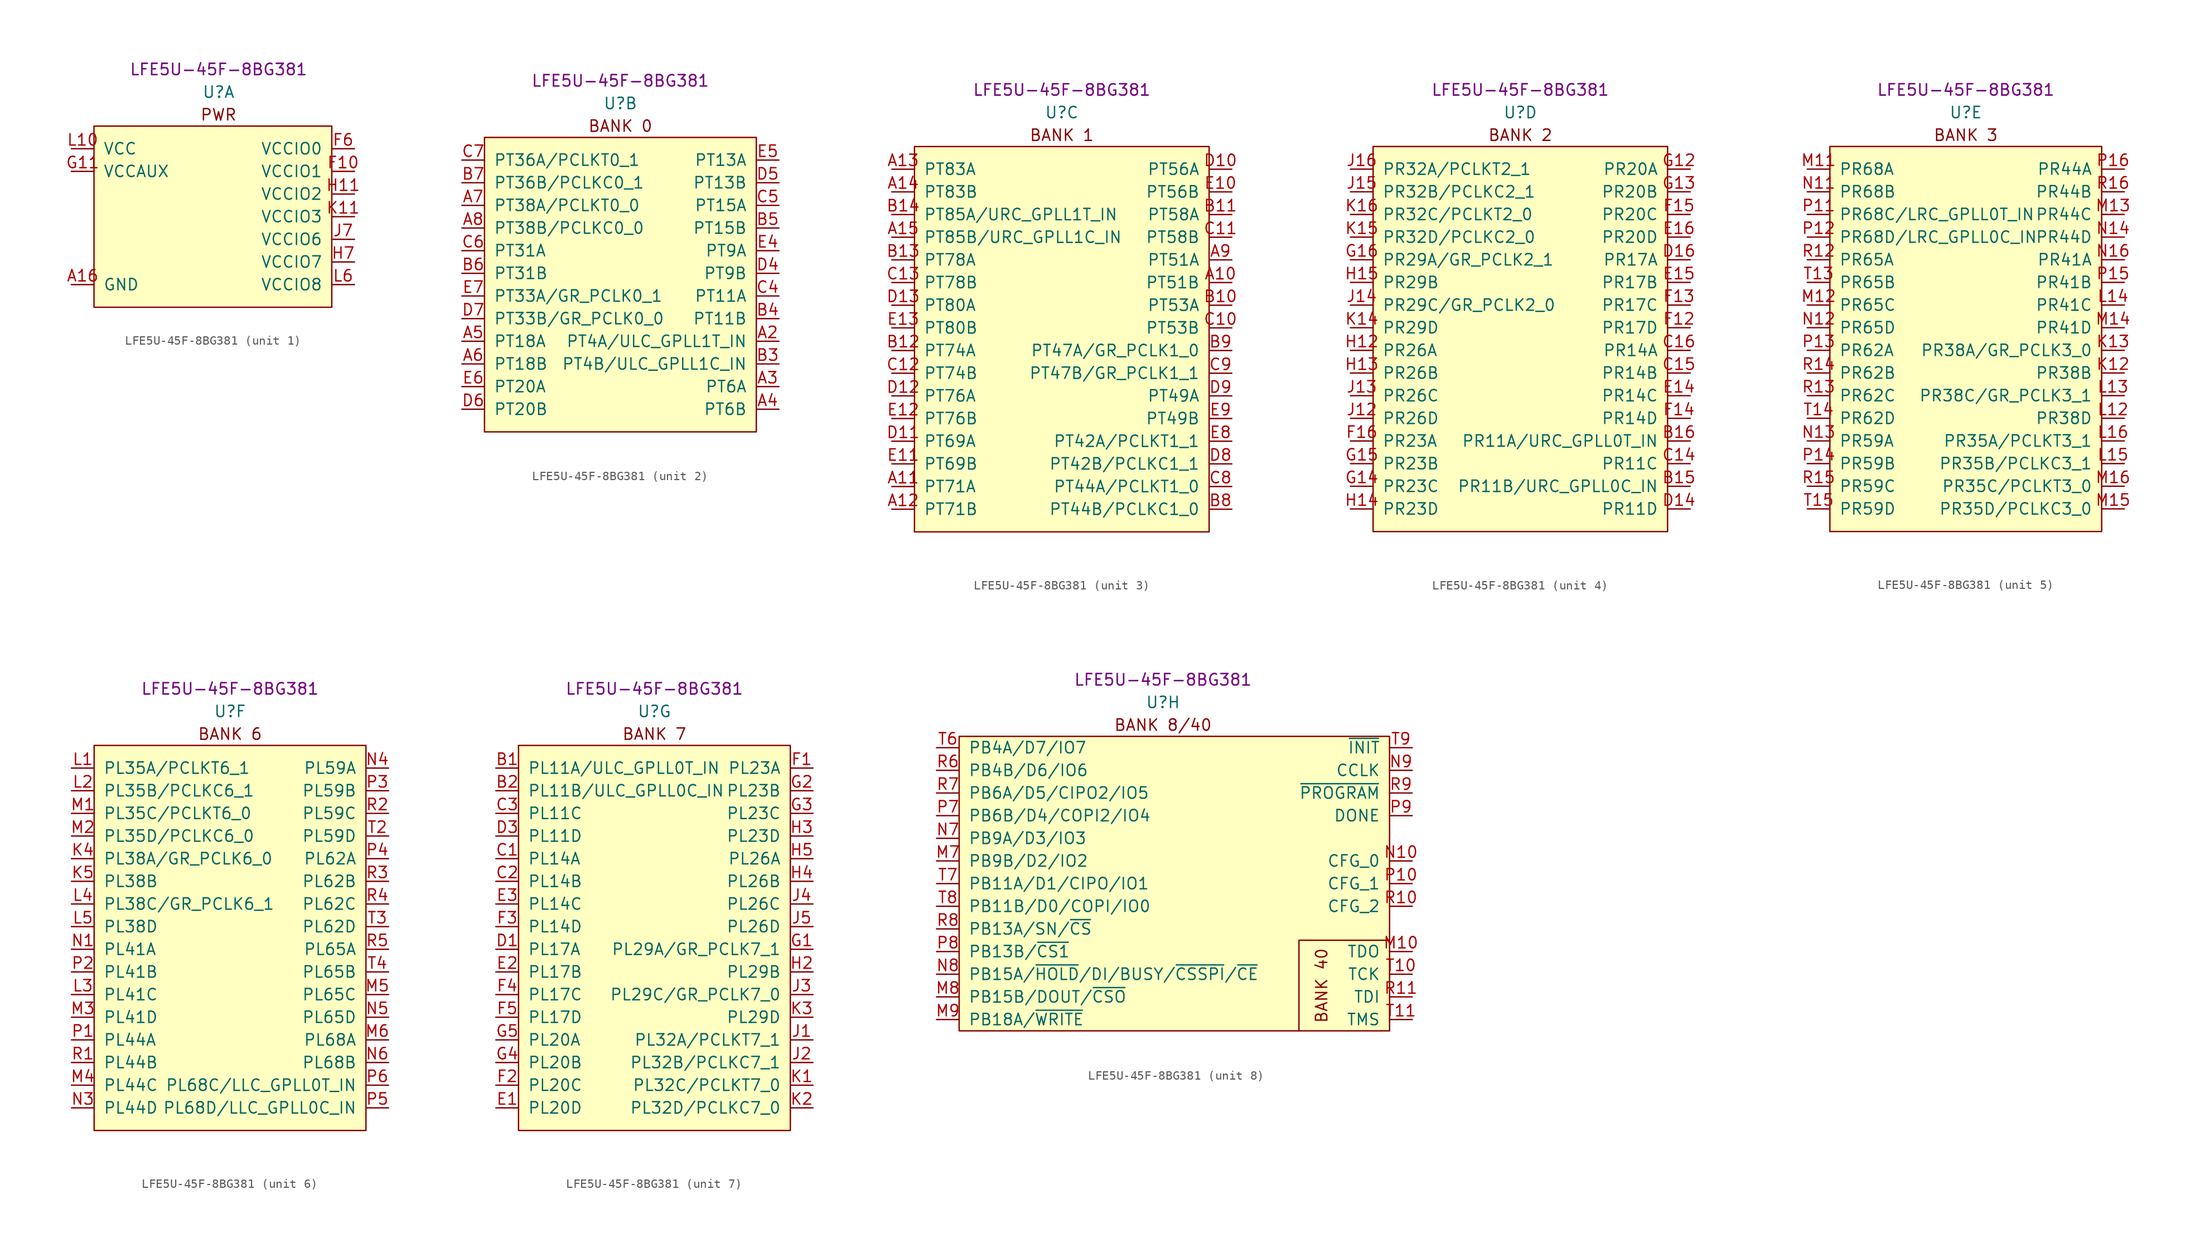
<source format=kicad_sym>
(kicad_symbol_lib
  (version 20211014)
  (generator kicad_symbol_editor)
  (symbol "LFE5U-45F-8BG381"
    (pin_names
      (offset 1.016))
    (property "Reference" "U"
      (at 0 6.35 0)
      (effects (font (size 1.27 1.27))))
    (property "Value" "LFE5U-45F-8BG381"
      (at 0 8.89 0)
      (effects (font (size 1.27 1.27))))
    (property "MPN" "LFE5U-45F-8BG381"
      (at 0 8.89 0)
      (effects (font (size 1.27 1.27))))
    (property "ki_locked" ""
      (at 0 0 0)
      (effects (font (size 1.27 1.27))))
    (symbol "LFE5U-45F-8BG381_1_0"
      (text "PWR" (at 0 3.81 0) (effects (font (size 1.27 1.27)))))
    (symbol "LFE5U-45F-8BG381_1_1"
      (rectangle (start -13.97 2.54) (end 12.7 -17.78) (stroke (width 0) (type default) (color 0 0 0 0)) (fill (type background)))
      (pin passive line (at -16.51 -15.24 0) (length 2.54) hide (name "GND" (effects (font (size 1.27 1.27)))) (number "A1" (effects (font (size 1.27 1.27)))))
      (pin passive line (at -16.51 -15.24 0) (length 2.54) (name "GND" (effects (font (size 1.27 1.27)))) (number "A16" (effects (font (size 1.27 1.27)))))
      (pin passive line (at -16.51 -15.24 0) (length 2.54) hide (name "GND" (effects (font (size 1.27 1.27)))) (number "D15" (effects (font (size 1.27 1.27)))))
      (pin passive line (at -16.51 -15.24 0) (length 2.54) hide (name "GND" (effects (font (size 1.27 1.27)))) (number "D2" (effects (font (size 1.27 1.27)))))
      (pin power_in line (at 15.24 -2.54 180) (length 2.54) (name "VCCIO1" (effects (font (size 1.27 1.27)))) (number "F10" (effects (font (size 1.27 1.27)))))
      (pin passive line (at 15.24 -2.54 180) (length 2.54) hide (name "VCCIO1" (effects (font (size 1.27 1.27)))) (number "F11" (effects (font (size 1.27 1.27)))))
      (pin power_in line (at 15.24 0 180) (length 2.54) (name "VCCIO0" (effects (font (size 1.27 1.27)))) (number "F6" (effects (font (size 1.27 1.27)))))
      (pin passive line (at 15.24 0 180) (length 2.54) hide (name "VCCIO0" (effects (font (size 1.27 1.27)))) (number "F7" (effects (font (size 1.27 1.27)))))
      (pin passive line (at -16.51 -15.24 0) (length 2.54) hide (name "GND" (effects (font (size 1.27 1.27)))) (number "F8" (effects (font (size 1.27 1.27)))))
      (pin passive line (at -16.51 -15.24 0) (length 2.54) hide (name "GND" (effects (font (size 1.27 1.27)))) (number "F9" (effects (font (size 1.27 1.27)))))
      (pin passive line (at -16.51 -15.24 0) (length 2.54) hide (name "GND" (effects (font (size 1.27 1.27)))) (number "G10" (effects (font (size 1.27 1.27)))))
      (pin power_in line (at -16.51 -2.54 0) (length 2.54) (name "VCCAUX" (effects (font (size 1.27 1.27)))) (number "G11" (effects (font (size 1.27 1.27)))))
      (pin passive line (at -16.51 0 0) (length 2.54) hide (name "VCC" (effects (font (size 1.27 1.27)))) (number "G6" (effects (font (size 1.27 1.27)))))
      (pin passive line (at -16.51 0 0) (length 2.54) hide (name "VCC" (effects (font (size 1.27 1.27)))) (number "G7" (effects (font (size 1.27 1.27)))))
      (pin passive line (at -16.51 -15.24 0) (length 2.54) hide (name "GND" (effects (font (size 1.27 1.27)))) (number "G8" (effects (font (size 1.27 1.27)))))
      (pin passive line (at -16.51 0 0) (length 2.54) hide (name "VCC" (effects (font (size 1.27 1.27)))) (number "G9" (effects (font (size 1.27 1.27)))))
      (pin passive line (at -16.51 -15.24 0) (length 2.54) hide (name "GND" (effects (font (size 1.27 1.27)))) (number "H1" (effects (font (size 1.27 1.27)))))
      (pin passive line (at -16.51 -15.24 0) (length 2.54) hide (name "GND" (effects (font (size 1.27 1.27)))) (number "H10" (effects (font (size 1.27 1.27)))))
      (pin power_in line (at 15.24 -5.08 180) (length 2.54) (name "VCCIO2" (effects (font (size 1.27 1.27)))) (number "H11" (effects (font (size 1.27 1.27)))))
      (pin passive line (at -16.51 -15.24 0) (length 2.54) hide (name "GND" (effects (font (size 1.27 1.27)))) (number "H16" (effects (font (size 1.27 1.27)))))
      (pin passive line (at 15.24 -12.7 180) (length 2.54) hide (name "VCCIO7" (effects (font (size 1.27 1.27)))) (number "H6" (effects (font (size 1.27 1.27)))))
      (pin power_in line (at 15.24 -12.7 180) (length 2.54) (name "VCCIO7" (effects (font (size 1.27 1.27)))) (number "H7" (effects (font (size 1.27 1.27)))))
      (pin passive line (at -16.51 -15.24 0) (length 2.54) hide (name "GND" (effects (font (size 1.27 1.27)))) (number "H8" (effects (font (size 1.27 1.27)))))
      (pin passive line (at -16.51 -15.24 0) (length 2.54) hide (name "GND" (effects (font (size 1.27 1.27)))) (number "H9" (effects (font (size 1.27 1.27)))))
      (pin passive line (at -16.51 -15.24 0) (length 2.54) hide (name "GND" (effects (font (size 1.27 1.27)))) (number "J10" (effects (font (size 1.27 1.27)))))
      (pin passive line (at 15.24 -5.08 180) (length 2.54) hide (name "VCCIO2" (effects (font (size 1.27 1.27)))) (number "J11" (effects (font (size 1.27 1.27)))))
      (pin passive line (at 15.24 -10.16 180) (length 2.54) hide (name "VCCIO6" (effects (font (size 1.27 1.27)))) (number "J6" (effects (font (size 1.27 1.27)))))
      (pin power_in line (at 15.24 -10.16 180) (length 2.54) (name "VCCIO6" (effects (font (size 1.27 1.27)))) (number "J7" (effects (font (size 1.27 1.27)))))
      (pin passive line (at -16.51 -15.24 0) (length 2.54) hide (name "GND" (effects (font (size 1.27 1.27)))) (number "J8" (effects (font (size 1.27 1.27)))))
      (pin passive line (at -16.51 -15.24 0) (length 2.54) hide (name "GND" (effects (font (size 1.27 1.27)))) (number "J9" (effects (font (size 1.27 1.27)))))
      (pin passive line (at -16.51 -15.24 0) (length 2.54) hide (name "GND" (effects (font (size 1.27 1.27)))) (number "K10" (effects (font (size 1.27 1.27)))))
      (pin power_in line (at 15.24 -7.62 180) (length 2.54) (name "VCCIO3" (effects (font (size 1.27 1.27)))) (number "K11" (effects (font (size 1.27 1.27)))))
      (pin passive line (at -16.51 -15.24 0) (length 2.54) hide (name "GND" (effects (font (size 1.27 1.27)))) (number "K6" (effects (font (size 1.27 1.27)))))
      (pin passive line (at -16.51 -15.24 0) (length 2.54) hide (name "GND" (effects (font (size 1.27 1.27)))) (number "K7" (effects (font (size 1.27 1.27)))))
      (pin passive line (at -16.51 -15.24 0) (length 2.54) hide (name "GND" (effects (font (size 1.27 1.27)))) (number "K8" (effects (font (size 1.27 1.27)))))
      (pin passive line (at -16.51 -15.24 0) (length 2.54) hide (name "GND" (effects (font (size 1.27 1.27)))) (number "K9" (effects (font (size 1.27 1.27)))))
      (pin power_in line (at -16.51 0 0) (length 2.54) (name "VCC" (effects (font (size 1.27 1.27)))) (number "L10" (effects (font (size 1.27 1.27)))))
      (pin passive line (at 15.24 -7.62 180) (length 2.54) hide (name "VCCIO3" (effects (font (size 1.27 1.27)))) (number "L11" (effects (font (size 1.27 1.27)))))
      (pin power_in line (at 15.24 -15.24 180) (length 2.54) (name "VCCIO8" (effects (font (size 1.27 1.27)))) (number "L6" (effects (font (size 1.27 1.27)))))
      (pin passive line (at -16.51 -2.54 0) (length 2.54) hide (name "VCCAUX" (effects (font (size 1.27 1.27)))) (number "L7" (effects (font (size 1.27 1.27)))))
      (pin passive line (at -16.51 0 0) (length 2.54) hide (name "VCC" (effects (font (size 1.27 1.27)))) (number "L8" (effects (font (size 1.27 1.27)))))
      (pin passive line (at -16.51 0 0) (length 2.54) hide (name "VCC" (effects (font (size 1.27 1.27)))) (number "L9" (effects (font (size 1.27 1.27)))))
      (pin passive line (at -16.51 -15.24 0) (length 2.54) hide (name "GND" (effects (font (size 1.27 1.27)))) (number "N15" (effects (font (size 1.27 1.27)))))
      (pin passive line (at -16.51 -15.24 0) (length 2.54) hide (name "GND" (effects (font (size 1.27 1.27)))) (number "N2" (effects (font (size 1.27 1.27)))))
      (pin passive line (at -16.51 -15.24 0) (length 2.54) hide (name "GND" (effects (font (size 1.27 1.27)))) (number "T1" (effects (font (size 1.27 1.27)))))
      (pin passive line (at -16.51 -15.24 0) (length 2.54) hide (name "GND" (effects (font (size 1.27 1.27)))) (number "T12" (effects (font (size 1.27 1.27)))))
      (pin passive line (at -16.51 -15.24 0) (length 2.54) hide (name "GND" (effects (font (size 1.27 1.27)))) (number "T16" (effects (font (size 1.27 1.27)))))
      (pin passive line (at -16.51 -15.24 0) (length 2.54) hide (name "GND" (effects (font (size 1.27 1.27)))) (number "T5" (effects (font (size 1.27 1.27))))))
    (symbol "LFE5U-45F-8BG381_2_0"
      (rectangle (start -15.24 2.54) (end 15.24 -30.48) (stroke (width 0) (type default) (color 0 0 0 0)) (fill (type background)))
      (text "BANK 0" (at 0 3.81 0) (effects (font (size 1.27 1.27)))))
    (symbol "LFE5U-45F-8BG381_2_1"
      (pin bidirectional line (at 17.78 -20.32 180) (length 2.54) (name "PT4A/ULC_GPLL1T_IN" (effects (font (size 1.27 1.27)))) (number "A2" (effects (font (size 1.27 1.27)))))
      (pin bidirectional line (at 17.78 -25.4 180) (length 2.54) (name "PT6A" (effects (font (size 1.27 1.27)))) (number "A3" (effects (font (size 1.27 1.27)))))
      (pin bidirectional line (at 17.78 -27.94 180) (length 2.54) (name "PT6B" (effects (font (size 1.27 1.27)))) (number "A4" (effects (font (size 1.27 1.27)))))
      (pin bidirectional line (at -17.78 -20.32 0) (length 2.54) (name "PT18A" (effects (font (size 1.27 1.27)))) (number "A5" (effects (font (size 1.27 1.27)))))
      (pin bidirectional line (at -17.78 -22.86 0) (length 2.54) (name "PT18B" (effects (font (size 1.27 1.27)))) (number "A6" (effects (font (size 1.27 1.27)))))
      (pin bidirectional line (at -17.78 -5.08 0) (length 2.54) (name "PT38A/PCLKT0_0" (effects (font (size 1.27 1.27)))) (number "A7" (effects (font (size 1.27 1.27)))))
      (pin bidirectional line (at -17.78 -7.62 0) (length 2.54) (name "PT38B/PCLKC0_0" (effects (font (size 1.27 1.27)))) (number "A8" (effects (font (size 1.27 1.27)))))
      (pin bidirectional line (at 17.78 -22.86 180) (length 2.54) (name "PT4B/ULC_GPLL1C_IN" (effects (font (size 1.27 1.27)))) (number "B3" (effects (font (size 1.27 1.27)))))
      (pin bidirectional line (at 17.78 -17.78 180) (length 2.54) (name "PT11B" (effects (font (size 1.27 1.27)))) (number "B4" (effects (font (size 1.27 1.27)))))
      (pin bidirectional line (at 17.78 -7.62 180) (length 2.54) (name "PT15B" (effects (font (size 1.27 1.27)))) (number "B5" (effects (font (size 1.27 1.27)))))
      (pin bidirectional line (at -17.78 -12.7 0) (length 2.54) (name "PT31B" (effects (font (size 1.27 1.27)))) (number "B6" (effects (font (size 1.27 1.27)))))
      (pin bidirectional line (at -17.78 -2.54 0) (length 2.54) (name "PT36B/PCLKC0_1" (effects (font (size 1.27 1.27)))) (number "B7" (effects (font (size 1.27 1.27)))))
      (pin bidirectional line (at 17.78 -15.24 180) (length 2.54) (name "PT11A" (effects (font (size 1.27 1.27)))) (number "C4" (effects (font (size 1.27 1.27)))))
      (pin bidirectional line (at 17.78 -5.08 180) (length 2.54) (name "PT15A" (effects (font (size 1.27 1.27)))) (number "C5" (effects (font (size 1.27 1.27)))))
      (pin bidirectional line (at -17.78 -10.16 0) (length 2.54) (name "PT31A" (effects (font (size 1.27 1.27)))) (number "C6" (effects (font (size 1.27 1.27)))))
      (pin bidirectional line (at -17.78 0 0) (length 2.54) (name "PT36A/PCLKT0_1" (effects (font (size 1.27 1.27)))) (number "C7" (effects (font (size 1.27 1.27)))))
      (pin bidirectional line (at 17.78 -12.7 180) (length 2.54) (name "PT9B" (effects (font (size 1.27 1.27)))) (number "D4" (effects (font (size 1.27 1.27)))))
      (pin bidirectional line (at 17.78 -2.54 180) (length 2.54) (name "PT13B" (effects (font (size 1.27 1.27)))) (number "D5" (effects (font (size 1.27 1.27)))))
      (pin bidirectional line (at -17.78 -27.94 0) (length 2.54) (name "PT20B" (effects (font (size 1.27 1.27)))) (number "D6" (effects (font (size 1.27 1.27)))))
      (pin bidirectional line (at -17.78 -17.78 0) (length 2.54) (name "PT33B/GR_PCLK0_0" (effects (font (size 1.27 1.27)))) (number "D7" (effects (font (size 1.27 1.27)))))
      (pin bidirectional line (at 17.78 -10.16 180) (length 2.54) (name "PT9A" (effects (font (size 1.27 1.27)))) (number "E4" (effects (font (size 1.27 1.27)))))
      (pin bidirectional line (at 17.78 0 180) (length 2.54) (name "PT13A" (effects (font (size 1.27 1.27)))) (number "E5" (effects (font (size 1.27 1.27)))))
      (pin bidirectional line (at -17.78 -25.4 0) (length 2.54) (name "PT20A" (effects (font (size 1.27 1.27)))) (number "E6" (effects (font (size 1.27 1.27)))))
      (pin bidirectional line (at -17.78 -15.24 0) (length 2.54) (name "PT33A/GR_PCLK0_1" (effects (font (size 1.27 1.27)))) (number "E7" (effects (font (size 1.27 1.27))))))
    (symbol "LFE5U-45F-8BG381_3_0"
      (rectangle (start -16.51 2.54) (end 16.51 -40.64) (stroke (width 0) (type default) (color 0 0 0 0)) (fill (type background)))
      (text "BANK 1" (at 0 3.81 0) (effects (font (size 1.27 1.27)))))
    (symbol "LFE5U-45F-8BG381_3_1"
      (pin bidirectional line (at 19.05 -12.7 180) (length 2.54) (name "PT51B" (effects (font (size 1.27 1.27)))) (number "A10" (effects (font (size 1.27 1.27)))))
      (pin bidirectional line (at -19.05 -35.56 0) (length 2.54) (name "PT71A" (effects (font (size 1.27 1.27)))) (number "A11" (effects (font (size 1.27 1.27)))))
      (pin bidirectional line (at -19.05 -38.1 0) (length 2.54) (name "PT71B" (effects (font (size 1.27 1.27)))) (number "A12" (effects (font (size 1.27 1.27)))))
      (pin bidirectional line (at -19.05 0 0) (length 2.54) (name "PT83A" (effects (font (size 1.27 1.27)))) (number "A13" (effects (font (size 1.27 1.27)))))
      (pin bidirectional line (at -19.05 -2.54 0) (length 2.54) (name "PT83B" (effects (font (size 1.27 1.27)))) (number "A14" (effects (font (size 1.27 1.27)))))
      (pin bidirectional line (at -19.05 -7.62 0) (length 2.54) (name "PT85B/URC_GPLL1C_IN" (effects (font (size 1.27 1.27)))) (number "A15" (effects (font (size 1.27 1.27)))))
      (pin bidirectional line (at 19.05 -10.16 180) (length 2.54) (name "PT51A" (effects (font (size 1.27 1.27)))) (number "A9" (effects (font (size 1.27 1.27)))))
      (pin bidirectional line (at 19.05 -15.24 180) (length 2.54) (name "PT53A" (effects (font (size 1.27 1.27)))) (number "B10" (effects (font (size 1.27 1.27)))))
      (pin bidirectional line (at 19.05 -5.08 180) (length 2.54) (name "PT58A" (effects (font (size 1.27 1.27)))) (number "B11" (effects (font (size 1.27 1.27)))))
      (pin bidirectional line (at -19.05 -20.32 0) (length 2.54) (name "PT74A" (effects (font (size 1.27 1.27)))) (number "B12" (effects (font (size 1.27 1.27)))))
      (pin bidirectional line (at -19.05 -10.16 0) (length 2.54) (name "PT78A" (effects (font (size 1.27 1.27)))) (number "B13" (effects (font (size 1.27 1.27)))))
      (pin bidirectional line (at -19.05 -5.08 0) (length 2.54) (name "PT85A/URC_GPLL1T_IN" (effects (font (size 1.27 1.27)))) (number "B14" (effects (font (size 1.27 1.27)))))
      (pin bidirectional line (at 19.05 -38.1 180) (length 2.54) (name "PT44B/PCLKC1_0" (effects (font (size 1.27 1.27)))) (number "B8" (effects (font (size 1.27 1.27)))))
      (pin bidirectional line (at 19.05 -20.32 180) (length 2.54) (name "PT47A/GR_PCLK1_0" (effects (font (size 1.27 1.27)))) (number "B9" (effects (font (size 1.27 1.27)))))
      (pin bidirectional line (at 19.05 -17.78 180) (length 2.54) (name "PT53B" (effects (font (size 1.27 1.27)))) (number "C10" (effects (font (size 1.27 1.27)))))
      (pin bidirectional line (at 19.05 -7.62 180) (length 2.54) (name "PT58B" (effects (font (size 1.27 1.27)))) (number "C11" (effects (font (size 1.27 1.27)))))
      (pin bidirectional line (at -19.05 -22.86 0) (length 2.54) (name "PT74B" (effects (font (size 1.27 1.27)))) (number "C12" (effects (font (size 1.27 1.27)))))
      (pin bidirectional line (at -19.05 -12.7 0) (length 2.54) (name "PT78B" (effects (font (size 1.27 1.27)))) (number "C13" (effects (font (size 1.27 1.27)))))
      (pin bidirectional line (at 19.05 -35.56 180) (length 2.54) (name "PT44A/PCLKT1_0" (effects (font (size 1.27 1.27)))) (number "C8" (effects (font (size 1.27 1.27)))))
      (pin bidirectional line (at 19.05 -22.86 180) (length 2.54) (name "PT47B/GR_PCLK1_1" (effects (font (size 1.27 1.27)))) (number "C9" (effects (font (size 1.27 1.27)))))
      (pin bidirectional line (at 19.05 0 180) (length 2.54) (name "PT56A" (effects (font (size 1.27 1.27)))) (number "D10" (effects (font (size 1.27 1.27)))))
      (pin bidirectional line (at -19.05 -30.48 0) (length 2.54) (name "PT69A" (effects (font (size 1.27 1.27)))) (number "D11" (effects (font (size 1.27 1.27)))))
      (pin bidirectional line (at -19.05 -25.4 0) (length 2.54) (name "PT76A" (effects (font (size 1.27 1.27)))) (number "D12" (effects (font (size 1.27 1.27)))))
      (pin bidirectional line (at -19.05 -15.24 0) (length 2.54) (name "PT80A" (effects (font (size 1.27 1.27)))) (number "D13" (effects (font (size 1.27 1.27)))))
      (pin bidirectional line (at 19.05 -33.02 180) (length 2.54) (name "PT42B/PCLKC1_1" (effects (font (size 1.27 1.27)))) (number "D8" (effects (font (size 1.27 1.27)))))
      (pin bidirectional line (at 19.05 -25.4 180) (length 2.54) (name "PT49A" (effects (font (size 1.27 1.27)))) (number "D9" (effects (font (size 1.27 1.27)))))
      (pin bidirectional line (at 19.05 -2.54 180) (length 2.54) (name "PT56B" (effects (font (size 1.27 1.27)))) (number "E10" (effects (font (size 1.27 1.27)))))
      (pin bidirectional line (at -19.05 -33.02 0) (length 2.54) (name "PT69B" (effects (font (size 1.27 1.27)))) (number "E11" (effects (font (size 1.27 1.27)))))
      (pin bidirectional line (at -19.05 -27.94 0) (length 2.54) (name "PT76B" (effects (font (size 1.27 1.27)))) (number "E12" (effects (font (size 1.27 1.27)))))
      (pin bidirectional line (at -19.05 -17.78 0) (length 2.54) (name "PT80B" (effects (font (size 1.27 1.27)))) (number "E13" (effects (font (size 1.27 1.27)))))
      (pin bidirectional line (at 19.05 -30.48 180) (length 2.54) (name "PT42A/PCLKT1_1" (effects (font (size 1.27 1.27)))) (number "E8" (effects (font (size 1.27 1.27)))))
      (pin bidirectional line (at 19.05 -27.94 180) (length 2.54) (name "PT49B" (effects (font (size 1.27 1.27)))) (number "E9" (effects (font (size 1.27 1.27))))))
    (symbol "LFE5U-45F-8BG381_4_0"
      (rectangle (start -16.51 2.54) (end 16.51 -40.64) (stroke (width 0) (type default) (color 0 0 0 0)) (fill (type background)))
      (text "BANK 2" (at 0 3.81 0) (effects (font (size 1.27 1.27)))))
    (symbol "LFE5U-45F-8BG381_4_1"
      (pin bidirectional line (at 19.05 -35.56 180) (length 2.54) (name "PR11B/URC_GPLL0C_IN" (effects (font (size 1.27 1.27)))) (number "B15" (effects (font (size 1.27 1.27)))))
      (pin bidirectional line (at 19.05 -30.48 180) (length 2.54) (name "PR11A/URC_GPLL0T_IN" (effects (font (size 1.27 1.27)))) (number "B16" (effects (font (size 1.27 1.27)))))
      (pin bidirectional line (at 19.05 -33.02 180) (length 2.54) (name "PR11C" (effects (font (size 1.27 1.27)))) (number "C14" (effects (font (size 1.27 1.27)))))
      (pin bidirectional line (at 19.05 -22.86 180) (length 2.54) (name "PR14B" (effects (font (size 1.27 1.27)))) (number "C15" (effects (font (size 1.27 1.27)))))
      (pin bidirectional line (at 19.05 -20.32 180) (length 2.54) (name "PR14A" (effects (font (size 1.27 1.27)))) (number "C16" (effects (font (size 1.27 1.27)))))
      (pin bidirectional line (at 19.05 -38.1 180) (length 2.54) (name "PR11D" (effects (font (size 1.27 1.27)))) (number "D14" (effects (font (size 1.27 1.27)))))
      (pin bidirectional line (at 19.05 -10.16 180) (length 2.54) (name "PR17A" (effects (font (size 1.27 1.27)))) (number "D16" (effects (font (size 1.27 1.27)))))
      (pin bidirectional line (at 19.05 -25.4 180) (length 2.54) (name "PR14C" (effects (font (size 1.27 1.27)))) (number "E14" (effects (font (size 1.27 1.27)))))
      (pin bidirectional line (at 19.05 -12.7 180) (length 2.54) (name "PR17B" (effects (font (size 1.27 1.27)))) (number "E15" (effects (font (size 1.27 1.27)))))
      (pin bidirectional line (at 19.05 -7.62 180) (length 2.54) (name "PR20D" (effects (font (size 1.27 1.27)))) (number "E16" (effects (font (size 1.27 1.27)))))
      (pin bidirectional line (at 19.05 -17.78 180) (length 2.54) (name "PR17D" (effects (font (size 1.27 1.27)))) (number "F12" (effects (font (size 1.27 1.27)))))
      (pin bidirectional line (at 19.05 -15.24 180) (length 2.54) (name "PR17C" (effects (font (size 1.27 1.27)))) (number "F13" (effects (font (size 1.27 1.27)))))
      (pin bidirectional line (at 19.05 -27.94 180) (length 2.54) (name "PR14D" (effects (font (size 1.27 1.27)))) (number "F14" (effects (font (size 1.27 1.27)))))
      (pin bidirectional line (at 19.05 -5.08 180) (length 2.54) (name "PR20C" (effects (font (size 1.27 1.27)))) (number "F15" (effects (font (size 1.27 1.27)))))
      (pin bidirectional line (at -19.05 -30.48 0) (length 2.54) (name "PR23A" (effects (font (size 1.27 1.27)))) (number "F16" (effects (font (size 1.27 1.27)))))
      (pin bidirectional line (at 19.05 0 180) (length 2.54) (name "PR20A" (effects (font (size 1.27 1.27)))) (number "G12" (effects (font (size 1.27 1.27)))))
      (pin bidirectional line (at 19.05 -2.54 180) (length 2.54) (name "PR20B" (effects (font (size 1.27 1.27)))) (number "G13" (effects (font (size 1.27 1.27)))))
      (pin bidirectional line (at -19.05 -35.56 0) (length 2.54) (name "PR23C" (effects (font (size 1.27 1.27)))) (number "G14" (effects (font (size 1.27 1.27)))))
      (pin bidirectional line (at -19.05 -33.02 0) (length 2.54) (name "PR23B" (effects (font (size 1.27 1.27)))) (number "G15" (effects (font (size 1.27 1.27)))))
      (pin bidirectional line (at -19.05 -10.16 0) (length 2.54) (name "PR29A/GR_PCLK2_1" (effects (font (size 1.27 1.27)))) (number "G16" (effects (font (size 1.27 1.27)))))
      (pin bidirectional line (at -19.05 -20.32 0) (length 2.54) (name "PR26A" (effects (font (size 1.27 1.27)))) (number "H12" (effects (font (size 1.27 1.27)))))
      (pin bidirectional line (at -19.05 -22.86 0) (length 2.54) (name "PR26B" (effects (font (size 1.27 1.27)))) (number "H13" (effects (font (size 1.27 1.27)))))
      (pin bidirectional line (at -19.05 -38.1 0) (length 2.54) (name "PR23D" (effects (font (size 1.27 1.27)))) (number "H14" (effects (font (size 1.27 1.27)))))
      (pin bidirectional line (at -19.05 -12.7 0) (length 2.54) (name "PR29B" (effects (font (size 1.27 1.27)))) (number "H15" (effects (font (size 1.27 1.27)))))
      (pin bidirectional line (at -19.05 -27.94 0) (length 2.54) (name "PR26D" (effects (font (size 1.27 1.27)))) (number "J12" (effects (font (size 1.27 1.27)))))
      (pin bidirectional line (at -19.05 -25.4 0) (length 2.54) (name "PR26C" (effects (font (size 1.27 1.27)))) (number "J13" (effects (font (size 1.27 1.27)))))
      (pin bidirectional line (at -19.05 -15.24 0) (length 2.54) (name "PR29C/GR_PCLK2_0" (effects (font (size 1.27 1.27)))) (number "J14" (effects (font (size 1.27 1.27)))))
      (pin bidirectional line (at -19.05 -2.54 0) (length 2.54) (name "PR32B/PCLKC2_1" (effects (font (size 1.27 1.27)))) (number "J15" (effects (font (size 1.27 1.27)))))
      (pin bidirectional line (at -19.05 0 0) (length 2.54) (name "PR32A/PCLKT2_1" (effects (font (size 1.27 1.27)))) (number "J16" (effects (font (size 1.27 1.27)))))
      (pin bidirectional line (at -19.05 -17.78 0) (length 2.54) (name "PR29D" (effects (font (size 1.27 1.27)))) (number "K14" (effects (font (size 1.27 1.27)))))
      (pin bidirectional line (at -19.05 -7.62 0) (length 2.54) (name "PR32D/PCLKC2_0" (effects (font (size 1.27 1.27)))) (number "K15" (effects (font (size 1.27 1.27)))))
      (pin bidirectional line (at -19.05 -5.08 0) (length 2.54) (name "PR32C/PCLKT2_0" (effects (font (size 1.27 1.27)))) (number "K16" (effects (font (size 1.27 1.27))))))
    (symbol "LFE5U-45F-8BG381_5_0"
      (rectangle (start -15.24 2.54) (end 15.24 -40.64) (stroke (width 0) (type default) (color 0 0 0 0)) (fill (type background)))
      (text "BANK 3" (at 0 3.81 0) (effects (font (size 1.27 1.27)))))
    (symbol "LFE5U-45F-8BG381_5_1"
      (pin bidirectional line (at 17.78 -22.86 180) (length 2.54) (name "PR38B" (effects (font (size 1.27 1.27)))) (number "K12" (effects (font (size 1.27 1.27)))))
      (pin bidirectional line (at 17.78 -20.32 180) (length 2.54) (name "PR38A/GR_PCLK3_0" (effects (font (size 1.27 1.27)))) (number "K13" (effects (font (size 1.27 1.27)))))
      (pin bidirectional line (at 17.78 -27.94 180) (length 2.54) (name "PR38D" (effects (font (size 1.27 1.27)))) (number "L12" (effects (font (size 1.27 1.27)))))
      (pin bidirectional line (at 17.78 -25.4 180) (length 2.54) (name "PR38C/GR_PCLK3_1" (effects (font (size 1.27 1.27)))) (number "L13" (effects (font (size 1.27 1.27)))))
      (pin bidirectional line (at 17.78 -15.24 180) (length 2.54) (name "PR41C" (effects (font (size 1.27 1.27)))) (number "L14" (effects (font (size 1.27 1.27)))))
      (pin bidirectional line (at 17.78 -33.02 180) (length 2.54) (name "PR35B/PCLKC3_1" (effects (font (size 1.27 1.27)))) (number "L15" (effects (font (size 1.27 1.27)))))
      (pin bidirectional line (at 17.78 -30.48 180) (length 2.54) (name "PR35A/PCLKT3_1" (effects (font (size 1.27 1.27)))) (number "L16" (effects (font (size 1.27 1.27)))))
      (pin bidirectional line (at -17.78 0 0) (length 2.54) (name "PR68A" (effects (font (size 1.27 1.27)))) (number "M11" (effects (font (size 1.27 1.27)))))
      (pin bidirectional line (at -17.78 -15.24 0) (length 2.54) (name "PR65C" (effects (font (size 1.27 1.27)))) (number "M12" (effects (font (size 1.27 1.27)))))
      (pin bidirectional line (at 17.78 -5.08 180) (length 2.54) (name "PR44C" (effects (font (size 1.27 1.27)))) (number "M13" (effects (font (size 1.27 1.27)))))
      (pin bidirectional line (at 17.78 -17.78 180) (length 2.54) (name "PR41D" (effects (font (size 1.27 1.27)))) (number "M14" (effects (font (size 1.27 1.27)))))
      (pin bidirectional line (at 17.78 -38.1 180) (length 2.54) (name "PR35D/PCLKC3_0" (effects (font (size 1.27 1.27)))) (number "M15" (effects (font (size 1.27 1.27)))))
      (pin bidirectional line (at 17.78 -35.56 180) (length 2.54) (name "PR35C/PCLKT3_0" (effects (font (size 1.27 1.27)))) (number "M16" (effects (font (size 1.27 1.27)))))
      (pin bidirectional line (at -17.78 -2.54 0) (length 2.54) (name "PR68B" (effects (font (size 1.27 1.27)))) (number "N11" (effects (font (size 1.27 1.27)))))
      (pin bidirectional line (at -17.78 -17.78 0) (length 2.54) (name "PR65D" (effects (font (size 1.27 1.27)))) (number "N12" (effects (font (size 1.27 1.27)))))
      (pin bidirectional line (at -17.78 -30.48 0) (length 2.54) (name "PR59A" (effects (font (size 1.27 1.27)))) (number "N13" (effects (font (size 1.27 1.27)))))
      (pin bidirectional line (at 17.78 -7.62 180) (length 2.54) (name "PR44D" (effects (font (size 1.27 1.27)))) (number "N14" (effects (font (size 1.27 1.27)))))
      (pin bidirectional line (at 17.78 -10.16 180) (length 2.54) (name "PR41A" (effects (font (size 1.27 1.27)))) (number "N16" (effects (font (size 1.27 1.27)))))
      (pin bidirectional line (at -17.78 -5.08 0) (length 2.54) (name "PR68C/LRC_GPLL0T_IN" (effects (font (size 1.27 1.27)))) (number "P11" (effects (font (size 1.27 1.27)))))
      (pin bidirectional line (at -17.78 -7.62 0) (length 2.54) (name "PR68D/LRC_GPLL0C_IN" (effects (font (size 1.27 1.27)))) (number "P12" (effects (font (size 1.27 1.27)))))
      (pin bidirectional line (at -17.78 -20.32 0) (length 2.54) (name "PR62A" (effects (font (size 1.27 1.27)))) (number "P13" (effects (font (size 1.27 1.27)))))
      (pin bidirectional line (at -17.78 -33.02 0) (length 2.54) (name "PR59B" (effects (font (size 1.27 1.27)))) (number "P14" (effects (font (size 1.27 1.27)))))
      (pin bidirectional line (at 17.78 -12.7 180) (length 2.54) (name "PR41B" (effects (font (size 1.27 1.27)))) (number "P15" (effects (font (size 1.27 1.27)))))
      (pin bidirectional line (at 17.78 0 180) (length 2.54) (name "PR44A" (effects (font (size 1.27 1.27)))) (number "P16" (effects (font (size 1.27 1.27)))))
      (pin bidirectional line (at -17.78 -10.16 0) (length 2.54) (name "PR65A" (effects (font (size 1.27 1.27)))) (number "R12" (effects (font (size 1.27 1.27)))))
      (pin bidirectional line (at -17.78 -25.4 0) (length 2.54) (name "PR62C" (effects (font (size 1.27 1.27)))) (number "R13" (effects (font (size 1.27 1.27)))))
      (pin bidirectional line (at -17.78 -22.86 0) (length 2.54) (name "PR62B" (effects (font (size 1.27 1.27)))) (number "R14" (effects (font (size 1.27 1.27)))))
      (pin bidirectional line (at -17.78 -35.56 0) (length 2.54) (name "PR59C" (effects (font (size 1.27 1.27)))) (number "R15" (effects (font (size 1.27 1.27)))))
      (pin bidirectional line (at 17.78 -2.54 180) (length 2.54) (name "PR44B" (effects (font (size 1.27 1.27)))) (number "R16" (effects (font (size 1.27 1.27)))))
      (pin bidirectional line (at -17.78 -12.7 0) (length 2.54) (name "PR65B" (effects (font (size 1.27 1.27)))) (number "T13" (effects (font (size 1.27 1.27)))))
      (pin bidirectional line (at -17.78 -27.94 0) (length 2.54) (name "PR62D" (effects (font (size 1.27 1.27)))) (number "T14" (effects (font (size 1.27 1.27)))))
      (pin bidirectional line (at -17.78 -38.1 0) (length 2.54) (name "PR59D" (effects (font (size 1.27 1.27)))) (number "T15" (effects (font (size 1.27 1.27))))))
    (symbol "LFE5U-45F-8BG381_6_1"
      (rectangle (start -15.24 2.54) (end 15.24 -40.64) (stroke (width 0) (type default) (color 0 0 0 0)) (fill (type background)))
      (text "BANK 6" (at 0 3.81 0) (effects (font (size 1.27 1.27))))
      (pin bidirectional line (at -17.78 -10.16 0) (length 2.54) (name "PL38A/GR_PCLK6_0" (effects (font (size 1.27 1.27)))) (number "K4" (effects (font (size 1.27 1.27)))))
      (pin bidirectional line (at -17.78 -12.7 0) (length 2.54) (name "PL38B" (effects (font (size 1.27 1.27)))) (number "K5" (effects (font (size 1.27 1.27)))))
      (pin bidirectional line (at -17.78 0 0) (length 2.54) (name "PL35A/PCLKT6_1" (effects (font (size 1.27 1.27)))) (number "L1" (effects (font (size 1.27 1.27)))))
      (pin bidirectional line (at -17.78 -2.54 0) (length 2.54) (name "PL35B/PCLKC6_1" (effects (font (size 1.27 1.27)))) (number "L2" (effects (font (size 1.27 1.27)))))
      (pin bidirectional line (at -17.78 -25.4 0) (length 2.54) (name "PL41C" (effects (font (size 1.27 1.27)))) (number "L3" (effects (font (size 1.27 1.27)))))
      (pin bidirectional line (at -17.78 -15.24 0) (length 2.54) (name "PL38C/GR_PCLK6_1" (effects (font (size 1.27 1.27)))) (number "L4" (effects (font (size 1.27 1.27)))))
      (pin bidirectional line (at -17.78 -17.78 0) (length 2.54) (name "PL38D" (effects (font (size 1.27 1.27)))) (number "L5" (effects (font (size 1.27 1.27)))))
      (pin bidirectional line (at -17.78 -5.08 0) (length 2.54) (name "PL35C/PCLKT6_0" (effects (font (size 1.27 1.27)))) (number "M1" (effects (font (size 1.27 1.27)))))
      (pin bidirectional line (at -17.78 -7.62 0) (length 2.54) (name "PL35D/PCLKC6_0" (effects (font (size 1.27 1.27)))) (number "M2" (effects (font (size 1.27 1.27)))))
      (pin bidirectional line (at -17.78 -27.94 0) (length 2.54) (name "PL41D" (effects (font (size 1.27 1.27)))) (number "M3" (effects (font (size 1.27 1.27)))))
      (pin bidirectional line (at -17.78 -35.56 0) (length 2.54) (name "PL44C" (effects (font (size 1.27 1.27)))) (number "M4" (effects (font (size 1.27 1.27)))))
      (pin bidirectional line (at 17.78 -25.4 180) (length 2.54) (name "PL65C" (effects (font (size 1.27 1.27)))) (number "M5" (effects (font (size 1.27 1.27)))))
      (pin bidirectional line (at 17.78 -30.48 180) (length 2.54) (name "PL68A" (effects (font (size 1.27 1.27)))) (number "M6" (effects (font (size 1.27 1.27)))))
      (pin bidirectional line (at -17.78 -20.32 0) (length 2.54) (name "PL41A" (effects (font (size 1.27 1.27)))) (number "N1" (effects (font (size 1.27 1.27)))))
      (pin bidirectional line (at -17.78 -38.1 0) (length 2.54) (name "PL44D" (effects (font (size 1.27 1.27)))) (number "N3" (effects (font (size 1.27 1.27)))))
      (pin bidirectional line (at 17.78 0 180) (length 2.54) (name "PL59A" (effects (font (size 1.27 1.27)))) (number "N4" (effects (font (size 1.27 1.27)))))
      (pin bidirectional line (at 17.78 -27.94 180) (length 2.54) (name "PL65D" (effects (font (size 1.27 1.27)))) (number "N5" (effects (font (size 1.27 1.27)))))
      (pin bidirectional line (at 17.78 -33.02 180) (length 2.54) (name "PL68B" (effects (font (size 1.27 1.27)))) (number "N6" (effects (font (size 1.27 1.27)))))
      (pin bidirectional line (at -17.78 -30.48 0) (length 2.54) (name "PL44A" (effects (font (size 1.27 1.27)))) (number "P1" (effects (font (size 1.27 1.27)))))
      (pin bidirectional line (at -17.78 -22.86 0) (length 2.54) (name "PL41B" (effects (font (size 1.27 1.27)))) (number "P2" (effects (font (size 1.27 1.27)))))
      (pin bidirectional line (at 17.78 -2.54 180) (length 2.54) (name "PL59B" (effects (font (size 1.27 1.27)))) (number "P3" (effects (font (size 1.27 1.27)))))
      (pin bidirectional line (at 17.78 -10.16 180) (length 2.54) (name "PL62A" (effects (font (size 1.27 1.27)))) (number "P4" (effects (font (size 1.27 1.27)))))
      (pin bidirectional line (at 17.78 -38.1 180) (length 2.54) (name "PL68D/LLC_GPLL0C_IN" (effects (font (size 1.27 1.27)))) (number "P5" (effects (font (size 1.27 1.27)))))
      (pin bidirectional line (at 17.78 -35.56 180) (length 2.54) (name "PL68C/LLC_GPLL0T_IN" (effects (font (size 1.27 1.27)))) (number "P6" (effects (font (size 1.27 1.27)))))
      (pin bidirectional line (at -17.78 -33.02 0) (length 2.54) (name "PL44B" (effects (font (size 1.27 1.27)))) (number "R1" (effects (font (size 1.27 1.27)))))
      (pin bidirectional line (at 17.78 -5.08 180) (length 2.54) (name "PL59C" (effects (font (size 1.27 1.27)))) (number "R2" (effects (font (size 1.27 1.27)))))
      (pin bidirectional line (at 17.78 -12.7 180) (length 2.54) (name "PL62B" (effects (font (size 1.27 1.27)))) (number "R3" (effects (font (size 1.27 1.27)))))
      (pin bidirectional line (at 17.78 -15.24 180) (length 2.54) (name "PL62C" (effects (font (size 1.27 1.27)))) (number "R4" (effects (font (size 1.27 1.27)))))
      (pin bidirectional line (at 17.78 -20.32 180) (length 2.54) (name "PL65A" (effects (font (size 1.27 1.27)))) (number "R5" (effects (font (size 1.27 1.27)))))
      (pin bidirectional line (at 17.78 -7.62 180) (length 2.54) (name "PL59D" (effects (font (size 1.27 1.27)))) (number "T2" (effects (font (size 1.27 1.27)))))
      (pin bidirectional line (at 17.78 -17.78 180) (length 2.54) (name "PL62D" (effects (font (size 1.27 1.27)))) (number "T3" (effects (font (size 1.27 1.27)))))
      (pin bidirectional line (at 17.78 -22.86 180) (length 2.54) (name "PL65B" (effects (font (size 1.27 1.27)))) (number "T4" (effects (font (size 1.27 1.27))))))
    (symbol "LFE5U-45F-8BG381_7_0"
      (rectangle (start -15.24 2.54) (end 15.24 -40.64) (stroke (width 0) (type default) (color 0 0 0 0)) (fill (type background)))
      (text "BANK 7" (at 0 3.81 0) (effects (font (size 1.27 1.27)))))
    (symbol "LFE5U-45F-8BG381_7_1"
      (pin bidirectional line (at -17.78 0 0) (length 2.54) (name "PL11A/ULC_GPLL0T_IN" (effects (font (size 1.27 1.27)))) (number "B1" (effects (font (size 1.27 1.27)))))
      (pin bidirectional line (at -17.78 -2.54 0) (length 2.54) (name "PL11B/ULC_GPLL0C_IN" (effects (font (size 1.27 1.27)))) (number "B2" (effects (font (size 1.27 1.27)))))
      (pin bidirectional line (at -17.78 -10.16 0) (length 2.54) (name "PL14A" (effects (font (size 1.27 1.27)))) (number "C1" (effects (font (size 1.27 1.27)))))
      (pin bidirectional line (at -17.78 -12.7 0) (length 2.54) (name "PL14B" (effects (font (size 1.27 1.27)))) (number "C2" (effects (font (size 1.27 1.27)))))
      (pin bidirectional line (at -17.78 -5.08 0) (length 2.54) (name "PL11C" (effects (font (size 1.27 1.27)))) (number "C3" (effects (font (size 1.27 1.27)))))
      (pin bidirectional line (at -17.78 -20.32 0) (length 2.54) (name "PL17A" (effects (font (size 1.27 1.27)))) (number "D1" (effects (font (size 1.27 1.27)))))
      (pin bidirectional line (at -17.78 -7.62 0) (length 2.54) (name "PL11D" (effects (font (size 1.27 1.27)))) (number "D3" (effects (font (size 1.27 1.27)))))
      (pin bidirectional line (at -17.78 -38.1 0) (length 2.54) (name "PL20D" (effects (font (size 1.27 1.27)))) (number "E1" (effects (font (size 1.27 1.27)))))
      (pin bidirectional line (at -17.78 -22.86 0) (length 2.54) (name "PL17B" (effects (font (size 1.27 1.27)))) (number "E2" (effects (font (size 1.27 1.27)))))
      (pin bidirectional line (at -17.78 -15.24 0) (length 2.54) (name "PL14C" (effects (font (size 1.27 1.27)))) (number "E3" (effects (font (size 1.27 1.27)))))
      (pin bidirectional line (at 17.78 0 180) (length 2.54) (name "PL23A" (effects (font (size 1.27 1.27)))) (number "F1" (effects (font (size 1.27 1.27)))))
      (pin bidirectional line (at -17.78 -35.56 0) (length 2.54) (name "PL20C" (effects (font (size 1.27 1.27)))) (number "F2" (effects (font (size 1.27 1.27)))))
      (pin bidirectional line (at -17.78 -17.78 0) (length 2.54) (name "PL14D" (effects (font (size 1.27 1.27)))) (number "F3" (effects (font (size 1.27 1.27)))))
      (pin bidirectional line (at -17.78 -25.4 0) (length 2.54) (name "PL17C" (effects (font (size 1.27 1.27)))) (number "F4" (effects (font (size 1.27 1.27)))))
      (pin bidirectional line (at -17.78 -27.94 0) (length 2.54) (name "PL17D" (effects (font (size 1.27 1.27)))) (number "F5" (effects (font (size 1.27 1.27)))))
      (pin bidirectional line (at 17.78 -20.32 180) (length 2.54) (name "PL29A/GR_PCLK7_1" (effects (font (size 1.27 1.27)))) (number "G1" (effects (font (size 1.27 1.27)))))
      (pin bidirectional line (at 17.78 -2.54 180) (length 2.54) (name "PL23B" (effects (font (size 1.27 1.27)))) (number "G2" (effects (font (size 1.27 1.27)))))
      (pin bidirectional line (at 17.78 -5.08 180) (length 2.54) (name "PL23C" (effects (font (size 1.27 1.27)))) (number "G3" (effects (font (size 1.27 1.27)))))
      (pin bidirectional line (at -17.78 -33.02 0) (length 2.54) (name "PL20B" (effects (font (size 1.27 1.27)))) (number "G4" (effects (font (size 1.27 1.27)))))
      (pin bidirectional line (at -17.78 -30.48 0) (length 2.54) (name "PL20A" (effects (font (size 1.27 1.27)))) (number "G5" (effects (font (size 1.27 1.27)))))
      (pin bidirectional line (at 17.78 -22.86 180) (length 2.54) (name "PL29B" (effects (font (size 1.27 1.27)))) (number "H2" (effects (font (size 1.27 1.27)))))
      (pin bidirectional line (at 17.78 -7.62 180) (length 2.54) (name "PL23D" (effects (font (size 1.27 1.27)))) (number "H3" (effects (font (size 1.27 1.27)))))
      (pin bidirectional line (at 17.78 -12.7 180) (length 2.54) (name "PL26B" (effects (font (size 1.27 1.27)))) (number "H4" (effects (font (size 1.27 1.27)))))
      (pin bidirectional line (at 17.78 -10.16 180) (length 2.54) (name "PL26A" (effects (font (size 1.27 1.27)))) (number "H5" (effects (font (size 1.27 1.27)))))
      (pin bidirectional line (at 17.78 -30.48 180) (length 2.54) (name "PL32A/PCLKT7_1" (effects (font (size 1.27 1.27)))) (number "J1" (effects (font (size 1.27 1.27)))))
      (pin bidirectional line (at 17.78 -33.02 180) (length 2.54) (name "PL32B/PCLKC7_1" (effects (font (size 1.27 1.27)))) (number "J2" (effects (font (size 1.27 1.27)))))
      (pin bidirectional line (at 17.78 -25.4 180) (length 2.54) (name "PL29C/GR_PCLK7_0" (effects (font (size 1.27 1.27)))) (number "J3" (effects (font (size 1.27 1.27)))))
      (pin bidirectional line (at 17.78 -15.24 180) (length 2.54) (name "PL26C" (effects (font (size 1.27 1.27)))) (number "J4" (effects (font (size 1.27 1.27)))))
      (pin bidirectional line (at 17.78 -17.78 180) (length 2.54) (name "PL26D" (effects (font (size 1.27 1.27)))) (number "J5" (effects (font (size 1.27 1.27)))))
      (pin bidirectional line (at 17.78 -35.56 180) (length 2.54) (name "PL32C/PCLKT7_0" (effects (font (size 1.27 1.27)))) (number "K1" (effects (font (size 1.27 1.27)))))
      (pin bidirectional line (at 17.78 -38.1 180) (length 2.54) (name "PL32D/PCLKC7_0" (effects (font (size 1.27 1.27)))) (number "K2" (effects (font (size 1.27 1.27)))))
      (pin bidirectional line (at 17.78 -27.94 180) (length 2.54) (name "PL29D" (effects (font (size 1.27 1.27)))) (number "K3" (effects (font (size 1.27 1.27))))))
    (symbol "LFE5U-45F-8BG381_8_0"
      (rectangle (start -22.86 2.54) (end 25.4 -30.48) (stroke (width 0) (type default) (color 0 0 0 0)) (fill (type background)))
      (polyline (pts (xy 25.4 -20.32) (xy 15.24 -20.32) (xy 15.24 -30.48)) (stroke (width 0) (type default) (color 0 0 0 0)) (fill (type none)))
      (text "BANK 40" (at 17.78 -25.4 900) (effects (font (size 1.27 1.27))))
      (text "BANK 8/40" (at 0 3.81 0) (effects (font (size 1.27 1.27)))))
    (symbol "LFE5U-45F-8BG381_8_1"
      (pin bidirectional line (at 27.94 -21.59 180) (length 2.54) (name "TDO" (effects (font (size 1.27 1.27)))) (number "M10" (effects (font (size 1.27 1.27)))))
      (pin bidirectional line (at -25.4 -11.43 0) (length 2.54) (name "PB9B/D2/IO2" (effects (font (size 1.27 1.27)))) (number "M7" (effects (font (size 1.27 1.27)))))
      (pin bidirectional line (at -25.4 -26.67 0) (length 2.54) (name "PB15B/DOUT/~{CSO}" (effects (font (size 1.27 1.27)))) (number "M8" (effects (font (size 1.27 1.27)))))
      (pin bidirectional line (at -25.4 -29.21 0) (length 2.54) (name "PB18A/~{WRITE}" (effects (font (size 1.27 1.27)))) (number "M9" (effects (font (size 1.27 1.27)))))
      (pin bidirectional line (at 27.94 -11.43 180) (length 2.54) (name "CFG_0" (effects (font (size 1.27 1.27)))) (number "N10" (effects (font (size 1.27 1.27)))))
      (pin bidirectional line (at -25.4 -8.89 0) (length 2.54) (name "PB9A/D3/IO3" (effects (font (size 1.27 1.27)))) (number "N7" (effects (font (size 1.27 1.27)))))
      (pin bidirectional line (at -25.4 -24.13 0) (length 2.54) (name "PB15A/~{HOLD}/DI/BUSY/~{CSSPI}/~{CE}" (effects (font (size 1.27 1.27)))) (number "N8" (effects (font (size 1.27 1.27)))))
      (pin bidirectional line (at 27.94 -1.27 180) (length 2.54) (name "CCLK" (effects (font (size 1.27 1.27)))) (number "N9" (effects (font (size 1.27 1.27)))))
      (pin bidirectional line (at 27.94 -13.97 180) (length 2.54) (name "CFG_1" (effects (font (size 1.27 1.27)))) (number "P10" (effects (font (size 1.27 1.27)))))
      (pin bidirectional line (at -25.4 -6.35 0) (length 2.54) (name "PB6B/D4/COPI2/IO4" (effects (font (size 1.27 1.27)))) (number "P7" (effects (font (size 1.27 1.27)))))
      (pin bidirectional line (at -25.4 -21.59 0) (length 2.54) (name "PB13B/~{CS1}" (effects (font (size 1.27 1.27)))) (number "P8" (effects (font (size 1.27 1.27)))))
      (pin bidirectional line (at 27.94 -6.35 180) (length 2.54) (name "DONE" (effects (font (size 1.27 1.27)))) (number "P9" (effects (font (size 1.27 1.27)))))
      (pin bidirectional line (at 27.94 -16.51 180) (length 2.54) (name "CFG_2" (effects (font (size 1.27 1.27)))) (number "R10" (effects (font (size 1.27 1.27)))))
      (pin bidirectional line (at 27.94 -26.67 180) (length 2.54) (name "TDI" (effects (font (size 1.27 1.27)))) (number "R11" (effects (font (size 1.27 1.27)))))
      (pin bidirectional line (at -25.4 -1.27 0) (length 2.54) (name "PB4B/D6/IO6" (effects (font (size 1.27 1.27)))) (number "R6" (effects (font (size 1.27 1.27)))))
      (pin bidirectional line (at -25.4 -3.81 0) (length 2.54) (name "PB6A/D5/CIPO2/IO5" (effects (font (size 1.27 1.27)))) (number "R7" (effects (font (size 1.27 1.27)))))
      (pin bidirectional line (at -25.4 -19.05 0) (length 2.54) (name "PB13A/SN/~{CS}" (effects (font (size 1.27 1.27)))) (number "R8" (effects (font (size 1.27 1.27)))))
      (pin bidirectional line (at 27.94 -3.81 180) (length 2.54) (name "~{PROGRAM}" (effects (font (size 1.27 1.27)))) (number "R9" (effects (font (size 1.27 1.27)))))
      (pin bidirectional line (at 27.94 -24.13 180) (length 2.54) (name "TCK" (effects (font (size 1.27 1.27)))) (number "T10" (effects (font (size 1.27 1.27)))))
      (pin bidirectional line (at 27.94 -29.21 180) (length 2.54) (name "TMS" (effects (font (size 1.27 1.27)))) (number "T11" (effects (font (size 1.27 1.27)))))
      (pin bidirectional line (at -25.4 1.27 0) (length 2.54) (name "PB4A/D7/IO7" (effects (font (size 1.27 1.27)))) (number "T6" (effects (font (size 1.27 1.27)))))
      (pin bidirectional line (at -25.4 -13.97 0) (length 2.54) (name "PB11A/D1/CIPO/IO1" (effects (font (size 1.27 1.27)))) (number "T7" (effects (font (size 1.27 1.27)))))
      (pin bidirectional line (at -25.4 -16.51 0) (length 2.54) (name "PB11B/D0/COPI/IO0" (effects (font (size 1.27 1.27)))) (number "T8" (effects (font (size 1.27 1.27)))))
      (pin bidirectional line (at 27.94 1.27 180) (length 2.54) (name "~{INIT}" (effects (font (size 1.27 1.27)))) (number "T9" (effects (font (size 1.27 1.27))))))))
</source>
